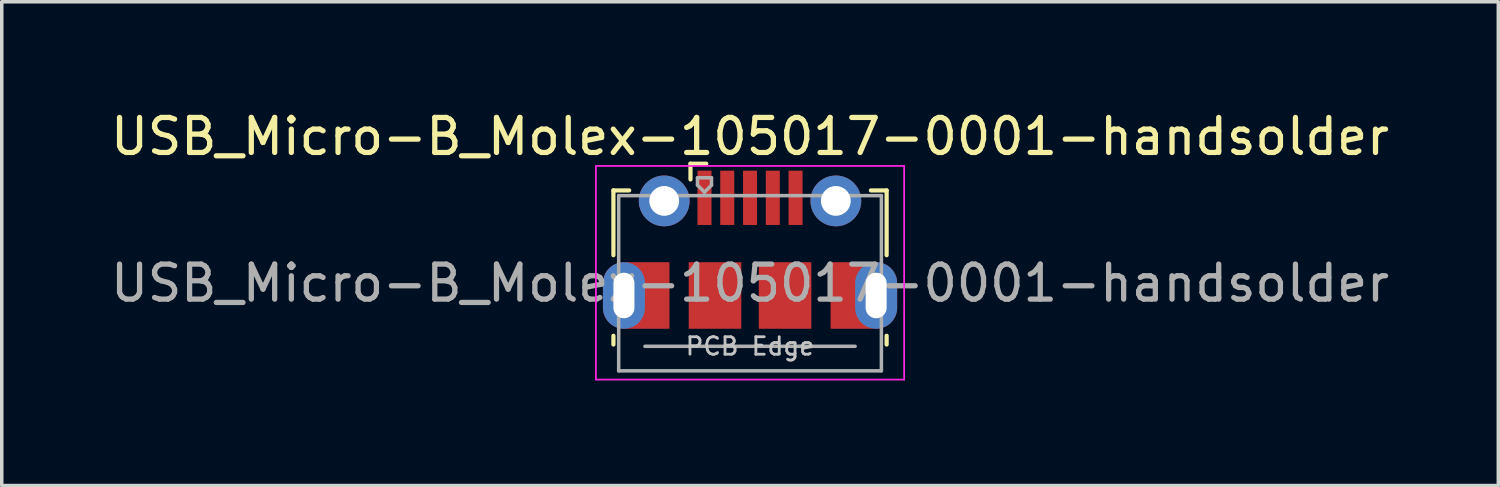
<source format=kicad_pcb>
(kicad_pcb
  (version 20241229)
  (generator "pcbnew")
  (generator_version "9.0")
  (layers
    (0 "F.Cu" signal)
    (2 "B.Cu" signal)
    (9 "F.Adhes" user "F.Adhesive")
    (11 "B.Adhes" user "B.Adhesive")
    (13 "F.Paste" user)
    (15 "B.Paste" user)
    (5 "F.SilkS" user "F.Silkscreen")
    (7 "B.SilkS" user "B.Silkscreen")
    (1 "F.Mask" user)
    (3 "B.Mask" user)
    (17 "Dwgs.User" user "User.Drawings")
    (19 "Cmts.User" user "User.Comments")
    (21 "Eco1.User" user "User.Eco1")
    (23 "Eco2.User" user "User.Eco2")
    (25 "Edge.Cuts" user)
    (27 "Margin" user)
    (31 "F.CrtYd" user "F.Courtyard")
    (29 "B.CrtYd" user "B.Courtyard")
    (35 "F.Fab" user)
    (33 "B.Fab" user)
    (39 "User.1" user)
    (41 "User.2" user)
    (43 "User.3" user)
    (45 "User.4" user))
  (footprint "USB_Micro-B_Molex-105017-0001-handsolder"
    (layer "F.Cu")
    (at 18.363 4.148)
    (property "Reference" "USB_Micro-B_Molex-105017-0001-handsolder" (at 0 -3.3 0) (layer "F.SilkS") (effects (font (size 1 1) (thickness 0.15))))
    (attr smd)
    (fp_line (start -3.9 -1.762) (end -3.45 -1.762) (stroke (width 0.12) (type solid)) (layer "F.SilkS"))
    (fp_line (start -3.9 0.087) (end -3.9 -1.762) (stroke (width 0.12) (type solid)) (layer "F.SilkS"))
    (fp_line (start -3.9 2.638) (end -3.9 2.388) (stroke (width 0.12) (type solid)) (layer "F.SilkS"))
    (fp_line (start -1.7 -2.525) (end -1.7 -2.075) (stroke (width 0.12) (type solid)) (layer "F.SilkS"))
    (fp_line (start -1.7 -2.525) (end -1.25 -2.525) (stroke (width 0.12) (type solid)) (layer "F.SilkS"))
    (fp_line (start 3.9 -1.762) (end 3.45 -1.762) (stroke (width 0.12) (type solid)) (layer "F.SilkS"))
    (fp_line (start 3.9 0.087) (end 3.9 -1.762) (stroke (width 0.12) (type solid)) (layer "F.SilkS"))
    (fp_line (start 3.9 2.638) (end 3.9 2.388) (stroke (width 0.12) (type solid)) (layer "F.SilkS"))
    (fp_line (start -4.4 -2.46) (end 4.4 -2.46) (stroke (width 0.05) (type solid)) (layer "F.CrtYd"))
    (fp_line (start -4.4 3.64) (end -4.4 -2.46) (stroke (width 0.05) (type solid)) (layer "F.CrtYd"))
    (fp_line (start -4.4 3.64) (end 4.4 3.64) (stroke (width 0.05) (type solid)) (layer "F.CrtYd"))
    (fp_line (start 4.4 -2.46) (end 4.4 3.64) (stroke (width 0.05) (type solid)) (layer "F.CrtYd"))
    (fp_line (start -3.75 -1.613) (end 3.75 -1.613) (stroke (width 0.1) (type solid)) (layer "F.Fab"))
    (fp_line (start -3.75 3.388) (end -3.75 -1.613) (stroke (width 0.1) (type solid)) (layer "F.Fab"))
    (fp_line (start -3.75 3.389) (end 3.75 3.389) (stroke (width 0.1) (type solid)) (layer "F.Fab"))
    (fp_line (start -3 2.689) (end 3 2.689) (stroke (width 0.1) (type solid)) (layer "F.Fab"))
    (fp_line (start -1.5 -2.123) (end -1.5 -1.913) (stroke (width 0.1) (type solid)) (layer "F.Fab"))
    (fp_line (start -1.5 -2.123) (end -1.1 -2.123) (stroke (width 0.1) (type solid)) (layer "F.Fab"))
    (fp_line (start -1.3 -1.712) (end -1.5 -1.913) (stroke (width 0.1) (type solid)) (layer "F.Fab"))
    (fp_line (start -1.1 -2.123) (end -1.1 -1.913) (stroke (width 0.1) (type solid)) (layer "F.Fab"))
    (fp_line (start -1.1 -1.913) (end -1.3 -1.712) (stroke (width 0.1) (type solid)) (layer "F.Fab"))
    (fp_line (start 3.75 3.388) (end 3.75 -1.613) (stroke (width 0.1) (type solid)) (layer "F.Fab"))
    (fp_text user "PCB Edge" (at 0 2.688 0) (layer "Dwgs.User") (effects (font (size 0.5 0.5) (thickness 0.08))))
    (fp_text user "${REFERENCE}" (at 0 0.887 0) (layer "F.Fab") (effects (font (size 1 1) (thickness 0.15))))
    (pad "1" smd rect (at -1.3 -1.55) (size 0.4 1.55) (layers "F.Cu" "F.Mask" "F.Paste"))
    (pad "2" smd rect (at -0.65 -1.55) (size 0.4 1.55) (layers "F.Cu" "F.Mask" "F.Paste"))
    (pad "3" smd rect (at 0 -1.55) (size 0.4 1.55) (layers "F.Cu" "F.Mask" "F.Paste"))
    (pad "4" smd rect (at 0.65 -1.55) (size 0.4 1.55) (layers "F.Cu" "F.Mask" "F.Paste"))
    (pad "5" smd rect (at 1.3 -1.55) (size 0.4 1.55) (layers "F.Cu" "F.Mask" "F.Paste"))
    (pad "6" thru_hole oval (at -3.6 1.238 180) (size 1.2 1.9) (drill oval 0.6 1.3) (layers "*.Cu" "*.Mask"))
    (pad "6" smd rect (at -2.9 1.238) (size 1.2 1.9) (layers "F.Cu" "F.Mask"))
    (pad "6" thru_hole circle (at -2.45 -1.462) (size 1.45 1.45) (drill 0.85) (layers "*.Cu" "*.Mask"))
    (pad "6" smd rect (at -1 1.238) (size 1.5 1.9) (layers "F.Cu" "F.Mask" "F.Paste"))
    (pad "6" smd rect (at 1 1.238) (size 1.5 1.9) (layers "F.Cu" "F.Mask" "F.Paste"))
    (pad "6" thru_hole circle (at 2.45 -1.462) (size 1.45 1.45) (drill 0.85) (layers "*.Cu" "*.Mask"))
    (pad "6" smd rect (at 2.9 1.238) (size 1.2 1.9) (layers "F.Cu" "F.Mask"))
    (pad "6" thru_hole oval (at 3.6 1.238) (size 1.2 1.9) (drill oval 0.6 1.3) (layers "*.Cu" "*.Mask")))
  (gr_rect
    (start -3 -3)
    (end 39.726 10.813)
    (stroke (width 0.1) (type default))
    (fill no)
    (layer "Edge.Cuts")))
</source>
